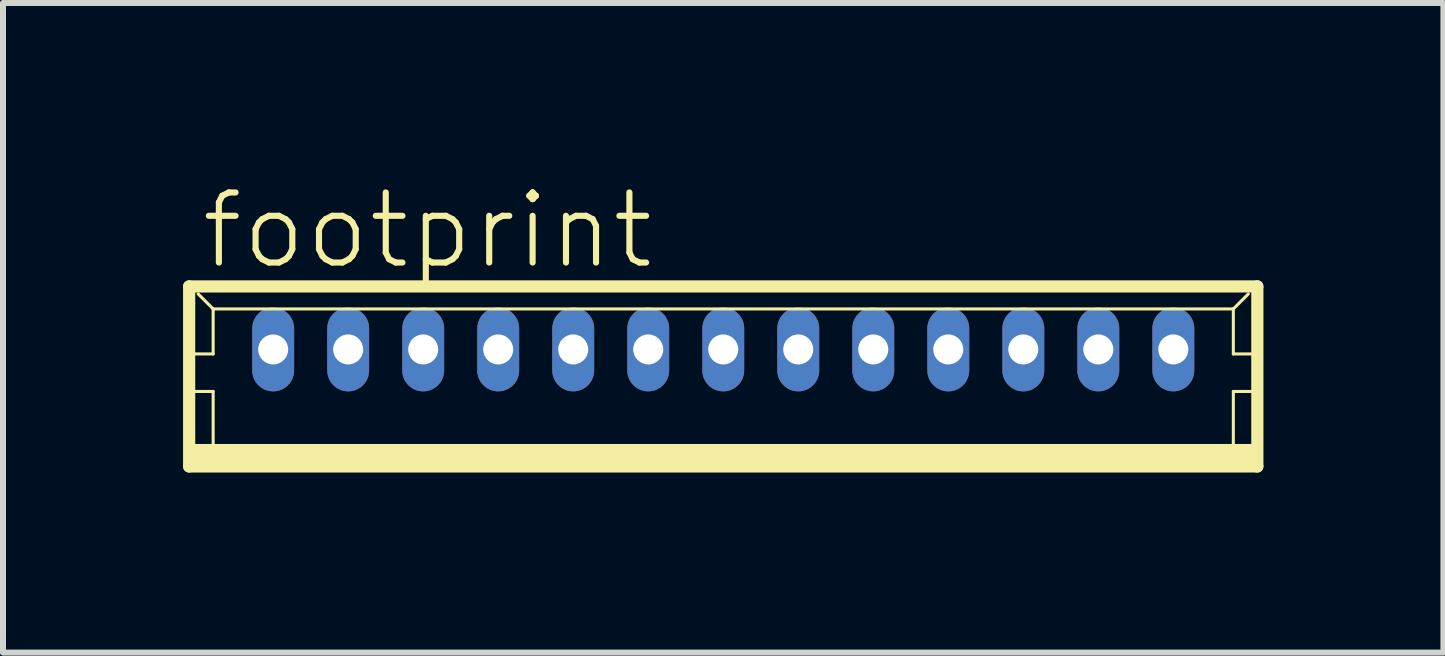
<source format=kicad_pcb>
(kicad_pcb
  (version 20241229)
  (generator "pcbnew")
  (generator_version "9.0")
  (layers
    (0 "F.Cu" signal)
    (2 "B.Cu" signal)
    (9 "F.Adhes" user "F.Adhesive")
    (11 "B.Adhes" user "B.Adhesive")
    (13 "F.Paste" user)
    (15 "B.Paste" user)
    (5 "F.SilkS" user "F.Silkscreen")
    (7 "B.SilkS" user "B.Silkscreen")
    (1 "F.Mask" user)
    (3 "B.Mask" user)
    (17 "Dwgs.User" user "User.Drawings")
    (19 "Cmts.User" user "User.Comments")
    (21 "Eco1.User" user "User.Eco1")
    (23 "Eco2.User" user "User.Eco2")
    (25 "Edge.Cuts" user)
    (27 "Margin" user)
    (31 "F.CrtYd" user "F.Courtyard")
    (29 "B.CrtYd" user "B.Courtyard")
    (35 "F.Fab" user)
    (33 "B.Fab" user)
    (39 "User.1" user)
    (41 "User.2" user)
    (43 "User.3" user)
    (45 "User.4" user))
  (footprint "footprint"
    (layer "F.Cu")
    (at 9.002 3.223)
    (property "Reference" "footprint" (at -8.75 -1.75 0) (layer "F.SilkS") (effects (font (size 1.168 1.168) (thickness 0.102)) (justify left bottom)))
    (fp_line (start -8.9 -1.5) (end -8.9 1.5) (stroke (width 0.203) (type solid)) (layer "F.SilkS"))
    (fp_line (start -8.9 1.5) (end 8.9 1.5) (stroke (width 0.203) (type solid)) (layer "F.SilkS"))
    (fp_line (start -8.875 -0.375) (end -8.5 -0.375) (stroke (width 0.051) (type solid)) (layer "F.SilkS"))
    (fp_line (start -8.875 0.25) (end -8.5 0.25) (stroke (width 0.051) (type solid)) (layer "F.SilkS"))
    (fp_line (start -8.5 -1.125) (end -8.75 -1.375) (stroke (width 0.051) (type solid)) (layer "F.SilkS"))
    (fp_line (start -8.5 -1.125) (end 8.5 -1.125) (stroke (width 0.051) (type solid)) (layer "F.SilkS"))
    (fp_line (start -8.5 -0.375) (end -8.5 -1.125) (stroke (width 0.051) (type solid)) (layer "F.SilkS"))
    (fp_line (start -8.5 0.25) (end -8.5 1.25) (stroke (width 0.051) (type solid)) (layer "F.SilkS"))
    (fp_line (start 8.5 -1.125) (end 8.5 -0.375) (stroke (width 0.051) (type solid)) (layer "F.SilkS"))
    (fp_line (start 8.5 -1.125) (end 8.75 -1.375) (stroke (width 0.051) (type solid)) (layer "F.SilkS"))
    (fp_line (start 8.5 -0.375) (end 8.875 -0.375) (stroke (width 0.051) (type solid)) (layer "F.SilkS"))
    (fp_line (start 8.5 0.25) (end 8.5 1.25) (stroke (width 0.051) (type solid)) (layer "F.SilkS"))
    (fp_line (start 8.5 0.25) (end 8.875 0.25) (stroke (width 0.051) (type solid)) (layer "F.SilkS"))
    (fp_line (start 8.9 -1.5) (end -8.9 -1.5) (stroke (width 0.203) (type solid)) (layer "F.SilkS"))
    (fp_line (start 8.9 1.5) (end 8.9 -1.5) (stroke (width 0.203) (type solid)) (layer "F.SilkS"))
    (fp_poly (pts (xy -8.875 1.5) (xy 8.875 1.5) (xy 8.875 1.125) (xy -8.875 1.125)) (stroke (width 0) (type solid)) (fill yes) (layer "F.SilkS"))
    (pad "1" thru_hole oval (at 7.5 -0.45 90) (size 1.397 0.698) (drill 0.5) (layers "*.Cu" "*.Mask"))
    (pad "2" thru_hole oval (at 6.25 -0.45 90) (size 1.397 0.698) (drill 0.5) (layers "*.Cu" "*.Mask"))
    (pad "3" thru_hole oval (at 5 -0.45 90) (size 1.397 0.698) (drill 0.5) (layers "*.Cu" "*.Mask"))
    (pad "4" thru_hole oval (at 3.75 -0.45 90) (size 1.397 0.698) (drill 0.5) (layers "*.Cu" "*.Mask"))
    (pad "5" thru_hole oval (at 2.5 -0.45 90) (size 1.397 0.698) (drill 0.5) (layers "*.Cu" "*.Mask"))
    (pad "6" thru_hole oval (at 1.25 -0.45 90) (size 1.397 0.698) (drill 0.5) (layers "*.Cu" "*.Mask"))
    (pad "7" thru_hole oval (at 0 -0.45 90) (size 1.397 0.698) (drill 0.5) (layers "*.Cu" "*.Mask"))
    (pad "8" thru_hole oval (at -1.25 -0.45 90) (size 1.397 0.698) (drill 0.5) (layers "*.Cu" "*.Mask"))
    (pad "9" thru_hole oval (at -2.5 -0.45 90) (size 1.397 0.698) (drill 0.5) (layers "*.Cu" "*.Mask"))
    (pad "10" thru_hole oval (at -3.75 -0.45 90) (size 1.397 0.698) (drill 0.5) (layers "*.Cu" "*.Mask"))
    (pad "11" thru_hole oval (at -5 -0.45 90) (size 1.397 0.698) (drill 0.5) (layers "*.Cu" "*.Mask"))
    (pad "12" thru_hole oval (at -6.25 -0.45 90) (size 1.397 0.698) (drill 0.5) (layers "*.Cu" "*.Mask"))
    (pad "13" thru_hole oval (at -7.5 -0.45 90) (size 1.397 0.698) (drill 0.5) (layers "*.Cu" "*.Mask")))
  (gr_rect
    (start -3 -3)
    (end 21.003 7.825)
    (stroke (width 0.1) (type default))
    (fill no)
    (layer "Edge.Cuts")))
</source>
